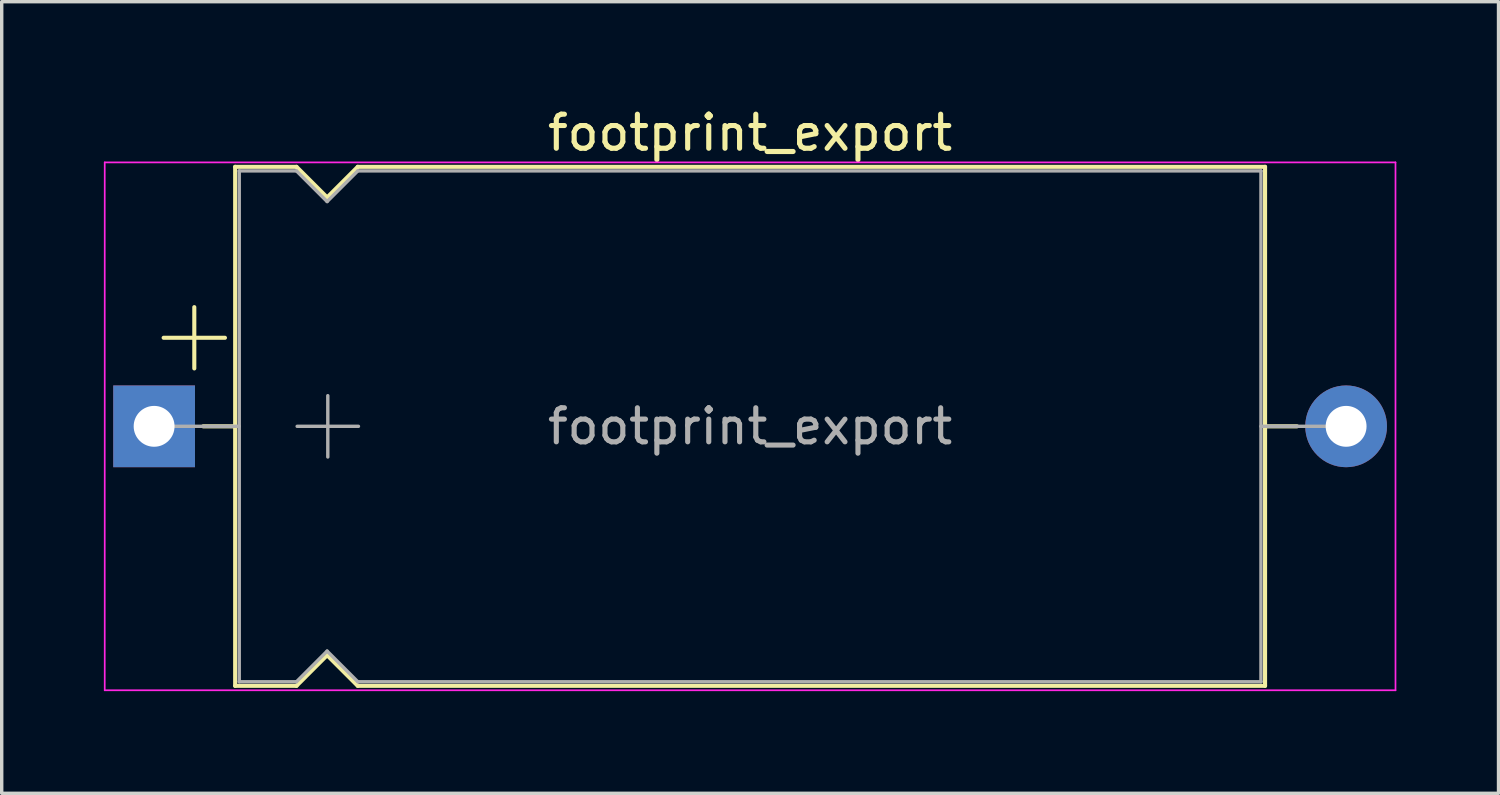
<source format=kicad_pcb>
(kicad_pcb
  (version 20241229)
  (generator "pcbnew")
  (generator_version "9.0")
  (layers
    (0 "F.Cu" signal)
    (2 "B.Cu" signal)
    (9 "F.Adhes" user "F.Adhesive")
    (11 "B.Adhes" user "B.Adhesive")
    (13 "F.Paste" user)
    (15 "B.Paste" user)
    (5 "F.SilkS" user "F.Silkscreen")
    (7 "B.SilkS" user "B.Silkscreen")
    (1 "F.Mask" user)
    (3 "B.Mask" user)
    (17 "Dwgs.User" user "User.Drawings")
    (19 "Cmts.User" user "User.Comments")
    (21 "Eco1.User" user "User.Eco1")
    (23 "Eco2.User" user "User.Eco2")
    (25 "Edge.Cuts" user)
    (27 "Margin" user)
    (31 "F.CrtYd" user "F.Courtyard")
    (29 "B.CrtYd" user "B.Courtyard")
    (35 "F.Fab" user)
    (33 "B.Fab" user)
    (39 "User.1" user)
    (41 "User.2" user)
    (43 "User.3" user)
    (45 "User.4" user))
  (footprint "footprint_export"
    (layer "F.Cu")
    (at 1.475 9.468)
    (property "Reference" "footprint_export" (at 17.5 -8.62 0) (layer "F.SilkS") (effects (font (size 1 1) (thickness 0.15))))
    (attr through_hole)
    (fp_line (start 0.28 -2.6) (end 2.08 -2.6) (stroke (width 0.12) (type solid)) (layer "F.SilkS"))
    (fp_line (start 1.18 -3.5) (end 1.18 -1.7) (stroke (width 0.12) (type solid)) (layer "F.SilkS"))
    (fp_line (start 1.44 0) (end 2.38 0) (stroke (width 0.12) (type solid)) (layer "F.SilkS"))
    (fp_line (start 2.38 -7.62) (end 2.38 7.62) (stroke (width 0.12) (type solid)) (layer "F.SilkS"))
    (fp_line (start 2.38 -7.62) (end 4.18 -7.62) (stroke (width 0.12) (type solid)) (layer "F.SilkS"))
    (fp_line (start 2.38 7.62) (end 4.18 7.62) (stroke (width 0.12) (type solid)) (layer "F.SilkS"))
    (fp_line (start 4.18 -7.62) (end 5.08 -6.72) (stroke (width 0.12) (type solid)) (layer "F.SilkS"))
    (fp_line (start 4.18 7.62) (end 5.08 6.72) (stroke (width 0.12) (type solid)) (layer "F.SilkS"))
    (fp_line (start 5.08 -6.72) (end 5.98 -7.62) (stroke (width 0.12) (type solid)) (layer "F.SilkS"))
    (fp_line (start 5.08 6.72) (end 5.98 7.62) (stroke (width 0.12) (type solid)) (layer "F.SilkS"))
    (fp_line (start 5.98 -7.62) (end 32.62 -7.62) (stroke (width 0.12) (type solid)) (layer "F.SilkS"))
    (fp_line (start 5.98 7.62) (end 32.62 7.62) (stroke (width 0.12) (type solid)) (layer "F.SilkS"))
    (fp_line (start 32.62 -7.62) (end 32.62 7.62) (stroke (width 0.12) (type solid)) (layer "F.SilkS"))
    (fp_line (start 33.56 0) (end 32.62 0) (stroke (width 0.12) (type solid)) (layer "F.SilkS"))
    (fp_line (start -1.45 -7.75) (end -1.45 7.75) (stroke (width 0.05) (type solid)) (layer "F.CrtYd"))
    (fp_line (start -1.45 7.75) (end 36.45 7.75) (stroke (width 0.05) (type solid)) (layer "F.CrtYd"))
    (fp_line (start 36.45 -7.75) (end -1.45 -7.75) (stroke (width 0.05) (type solid)) (layer "F.CrtYd"))
    (fp_line (start 36.45 7.75) (end 36.45 -7.75) (stroke (width 0.05) (type solid)) (layer "F.CrtYd"))
    (fp_line (start 0 0) (end 2.5 0) (stroke (width 0.1) (type solid)) (layer "F.Fab"))
    (fp_line (start 2.5 -7.5) (end 2.5 7.5) (stroke (width 0.1) (type solid)) (layer "F.Fab"))
    (fp_line (start 2.5 -7.5) (end 4.18 -7.5) (stroke (width 0.1) (type solid)) (layer "F.Fab"))
    (fp_line (start 2.5 7.5) (end 4.18 7.5) (stroke (width 0.1) (type solid)) (layer "F.Fab"))
    (fp_line (start 4.18 -7.5) (end 5.08 -6.6) (stroke (width 0.1) (type solid)) (layer "F.Fab"))
    (fp_line (start 4.18 7.5) (end 5.08 6.6) (stroke (width 0.1) (type solid)) (layer "F.Fab"))
    (fp_line (start 4.2 0) (end 6 0) (stroke (width 0.1) (type solid)) (layer "F.Fab"))
    (fp_line (start 5.08 -6.6) (end 5.98 -7.5) (stroke (width 0.1) (type solid)) (layer "F.Fab"))
    (fp_line (start 5.08 6.6) (end 5.98 7.5) (stroke (width 0.1) (type solid)) (layer "F.Fab"))
    (fp_line (start 5.1 -0.9) (end 5.1 0.9) (stroke (width 0.1) (type solid)) (layer "F.Fab"))
    (fp_line (start 5.98 -7.5) (end 32.5 -7.5) (stroke (width 0.1) (type solid)) (layer "F.Fab"))
    (fp_line (start 5.98 7.5) (end 32.5 7.5) (stroke (width 0.1) (type solid)) (layer "F.Fab"))
    (fp_line (start 32.5 -7.5) (end 32.5 7.5) (stroke (width 0.1) (type solid)) (layer "F.Fab"))
    (fp_line (start 35 0) (end 32.5 0) (stroke (width 0.1) (type solid)) (layer "F.Fab"))
    (fp_text user "${REFERENCE}" (at 17.5 0 0) (layer "F.Fab") (effects (font (size 1 1) (thickness 0.15))))
    (pad "1" thru_hole rect (at 0 0) (size 2.4 2.4) (drill 1.2) (layers "*.Cu" "*.Mask"))
    (pad "2" thru_hole oval (at 35 0) (size 2.4 2.4) (drill 1.2) (layers "*.Cu" "*.Mask")))
  (gr_rect
    (start -3 -3)
    (end 40.95 20.243)
    (stroke (width 0.1) (type default))
    (fill no)
    (layer "Edge.Cuts")))
</source>
